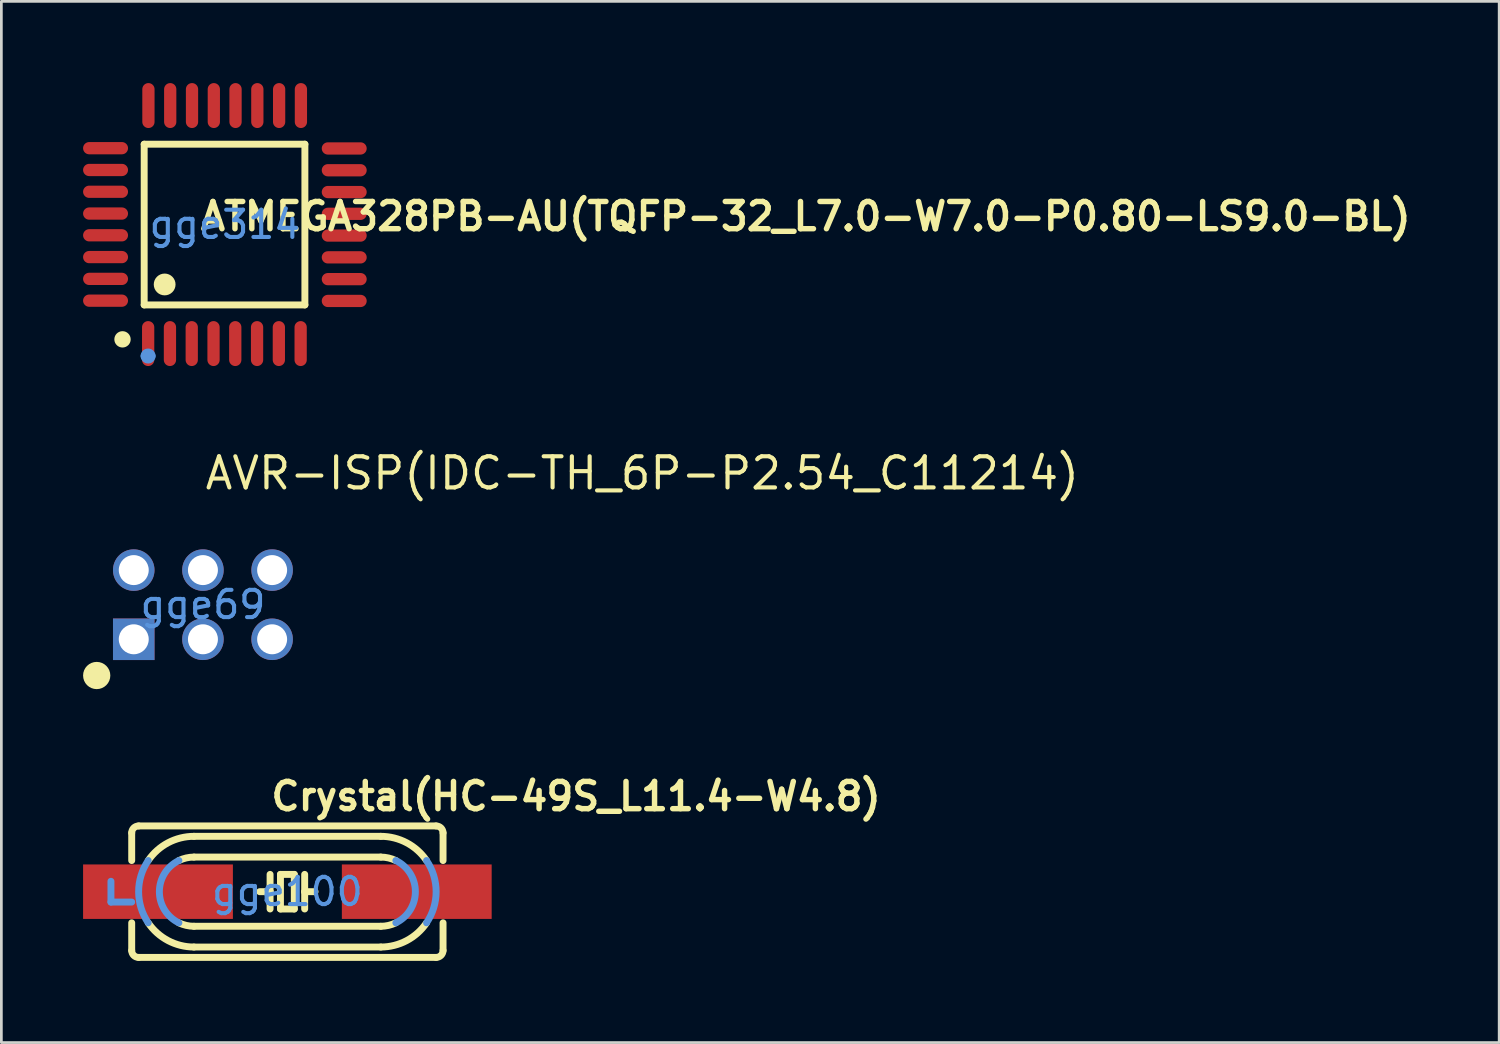
<source format=kicad_pcb>
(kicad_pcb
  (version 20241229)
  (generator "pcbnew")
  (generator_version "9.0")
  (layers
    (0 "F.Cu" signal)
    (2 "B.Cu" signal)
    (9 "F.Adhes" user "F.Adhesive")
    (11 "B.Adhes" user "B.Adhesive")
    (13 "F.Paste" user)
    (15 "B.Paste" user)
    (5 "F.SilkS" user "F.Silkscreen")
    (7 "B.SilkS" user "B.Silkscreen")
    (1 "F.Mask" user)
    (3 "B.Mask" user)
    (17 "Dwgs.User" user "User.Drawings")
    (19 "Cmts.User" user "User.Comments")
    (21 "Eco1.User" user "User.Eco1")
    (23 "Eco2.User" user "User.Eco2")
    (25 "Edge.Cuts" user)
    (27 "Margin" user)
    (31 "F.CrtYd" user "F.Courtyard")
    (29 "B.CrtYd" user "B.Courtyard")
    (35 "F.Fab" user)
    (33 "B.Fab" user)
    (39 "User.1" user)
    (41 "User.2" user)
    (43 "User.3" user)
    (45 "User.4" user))
  (footprint "AVR-ISP(IDC-TH_6P-P2.54_C11214)"
    (layer "F.Cu")
    (at 4.4 19.149)
    (property "Reference" "AVR-ISP(IDC-TH_6P-P2.54_C11214)" (at 0 -4.826 0) (layer "F.SilkS") (effects (font (size 1.143 1.143) (thickness 0.152)) (justify left)))
    (attr through_hole)
    (fp_circle (center -3.9 2.6) (end -3.65 2.6) (stroke (width 0.5) (type solid)) (fill no) (layer "F.SilkS"))
    (fp_text user "gge69" (at 0 0 0) (layer "Cmts.User") (effects (font (size 1 1) (thickness 0.15))))
    (pad "1" thru_hole rect (at -2.54 1.27) (size 1.524 1.524) (drill 1.1) (layers "*.Cu" "*.Paste" "*.Mask"))
    (pad "2" thru_hole circle (at -2.54 -1.27) (size 1.524 1.524) (drill 1.1) (layers "*.Cu" "*.Paste" "*.Mask"))
    (pad "3" thru_hole circle (at 0 1.27) (size 1.524 1.524) (drill 1.1) (layers "*.Cu" "*.Paste" "*.Mask"))
    (pad "4" thru_hole circle (at 0 -1.27) (size 1.524 1.524) (drill 1.1) (layers "*.Cu" "*.Paste" "*.Mask"))
    (pad "5" thru_hole circle (at 2.54 1.27) (size 1.524 1.524) (drill 1.1) (layers "*.Cu" "*.Paste" "*.Mask"))
    (pad "6" thru_hole circle (at 2.54 -1.27) (size 1.524 1.524) (drill 1.1) (layers "*.Cu" "*.Paste" "*.Mask")))
  (footprint "ATMEGA328PB-AU(TQFP-32_L7.0-W7.0-P0.80-LS9.0-BL)"
    (layer "F.Cu")
    (at 5.206 5.194)
    (property "Reference" "ATMEGA328PB-AU(TQFP-32_L7.0-W7.0-P0.80-LS9.0-BL)" (at -1 -0.3 0) (layer "F.SilkS") (effects (font (size 1 1) (thickness 0.2)) (justify left)))
    (attr smd)
    (fp_line (start -2.963 -2.95) (end -2.963 2.95) (stroke (width 0.254) (type solid)) (layer "F.SilkS"))
    (fp_line (start -2.963 2.95) (end 2.937 2.95) (stroke (width 0.254) (type solid)) (layer "F.SilkS"))
    (fp_line (start 2.937 -2.95) (end -2.963 -2.95) (stroke (width 0.254) (type solid)) (layer "F.SilkS"))
    (fp_line (start 2.937 2.95) (end 2.937 -2.95) (stroke (width 0.254) (type solid)) (layer "F.SilkS"))
    (fp_arc (start -3.757 4.064) (mid -3.75773 4.364003) (end -3.759539 4.064005) (stroke (width 0.3) (type solid)) (layer "F.SilkS"))
    (fp_arc (start -2.21 1.999) (mid -2.210729 2.399002) (end -2.212541 1.999003) (stroke (width 0.4) (type solid)) (layer "F.SilkS"))
    (fp_arc (start -2.967 4.826) (mid -2.819 4.678) (end -2.671 4.826) (stroke (width 0.254) (type solid)) (layer "Cmts.User"))
    (fp_arc (start -2.671 4.826) (mid -2.819 4.974) (end -2.967 4.826) (stroke (width 0.254) (type solid)) (layer "Cmts.User"))
    (fp_circle (center -2.819 4.826) (end -2.692 4.826) (stroke (width 0.254) (type solid)) (fill no) (layer "Cmts.User"))
    (fp_text user "gge314" (at 0 0 0) (layer "Cmts.User") (effects (font (size 1 1) (thickness 0.15))))
    (pad "1" smd oval (at -2.817 4.369) (size 0.45 1.65) (layers "F.Cu" "F.Mask" "F.Paste"))
    (pad "2" smd oval (at -2.017 4.369) (size 0.45 1.65) (layers "F.Cu" "F.Mask" "F.Paste"))
    (pad "3" smd oval (at -1.217 4.369) (size 0.45 1.65) (layers "F.Cu" "F.Mask" "F.Paste"))
    (pad "4" smd oval (at -0.417 4.369) (size 0.45 1.65) (layers "F.Cu" "F.Mask" "F.Paste"))
    (pad "5" smd oval (at 0.381 4.369) (size 0.45 1.65) (layers "F.Cu" "F.Mask" "F.Paste"))
    (pad "6" smd oval (at 1.181 4.369) (size 0.45 1.65) (layers "F.Cu" "F.Mask" "F.Paste"))
    (pad "7" smd oval (at 1.981 4.369) (size 0.45 1.65) (layers "F.Cu" "F.Mask" "F.Paste"))
    (pad "8" smd oval (at 2.781 4.369) (size 0.45 1.65) (layers "F.Cu" "F.Mask" "F.Paste"))
    (pad "9" smd oval (at 4.381 2.804) (size 1.65 0.45) (layers "F.Cu" "F.Mask" "F.Paste"))
    (pad "10" smd oval (at 4.381 2.004) (size 1.65 0.45) (layers "F.Cu" "F.Mask" "F.Paste"))
    (pad "11" smd oval (at 4.381 1.204) (size 1.65 0.45) (layers "F.Cu" "F.Mask" "F.Paste"))
    (pad "12" smd oval (at 4.381 0.404) (size 1.65 0.45) (layers "F.Cu" "F.Mask" "F.Paste"))
    (pad "13" smd oval (at 4.381 -0.394) (size 1.65 0.45) (layers "F.Cu" "F.Mask" "F.Paste"))
    (pad "14" smd oval (at 4.381 -1.194) (size 1.65 0.45) (layers "F.Cu" "F.Mask" "F.Paste"))
    (pad "15" smd oval (at 4.381 -1.994) (size 1.65 0.45) (layers "F.Cu" "F.Mask" "F.Paste"))
    (pad "16" smd oval (at 4.381 -2.794) (size 1.65 0.45) (layers "F.Cu" "F.Mask" "F.Paste"))
    (pad "17" smd oval (at 2.791 -4.369) (size 0.45 1.65) (layers "F.Cu" "F.Mask" "F.Paste"))
    (pad "18" smd oval (at 1.991 -4.369) (size 0.45 1.65) (layers "F.Cu" "F.Mask" "F.Paste"))
    (pad "19" smd oval (at 1.191 -4.369) (size 0.45 1.65) (layers "F.Cu" "F.Mask" "F.Paste"))
    (pad "20" smd oval (at 0.391 -4.369) (size 0.45 1.65) (layers "F.Cu" "F.Mask" "F.Paste"))
    (pad "21" smd oval (at -0.406 -4.369) (size 0.45 1.65) (layers "F.Cu" "F.Mask" "F.Paste"))
    (pad "22" smd oval (at -1.207 -4.369) (size 0.45 1.65) (layers "F.Cu" "F.Mask" "F.Paste"))
    (pad "23" smd oval (at -2.007 -4.369) (size 0.45 1.65) (layers "F.Cu" "F.Mask" "F.Paste"))
    (pad "24" smd oval (at -2.807 -4.369) (size 0.45 1.65) (layers "F.Cu" "F.Mask" "F.Paste"))
    (pad "25" smd oval (at -4.381 -2.804) (size 1.65 0.45) (layers "F.Cu" "F.Mask" "F.Paste"))
    (pad "26" smd oval (at -4.381 -2.004) (size 1.65 0.45) (layers "F.Cu" "F.Mask" "F.Paste"))
    (pad "27" smd oval (at -4.381 -1.204) (size 1.65 0.45) (layers "F.Cu" "F.Mask" "F.Paste"))
    (pad "28" smd oval (at -4.381 -0.404) (size 1.65 0.45) (layers "F.Cu" "F.Mask" "F.Paste"))
    (pad "29" smd oval (at -4.381 0.394) (size 1.65 0.45) (layers "F.Cu" "F.Mask" "F.Paste"))
    (pad "30" smd oval (at -4.381 1.194) (size 1.65 0.45) (layers "F.Cu" "F.Mask" "F.Paste"))
    (pad "31" smd oval (at -4.381 1.994) (size 1.65 0.45) (layers "F.Cu" "F.Mask" "F.Paste"))
    (pad "32" smd oval (at -4.381 2.794) (size 1.65 0.45) (layers "F.Cu" "F.Mask" "F.Paste")))
  (footprint "Crystal(HC-49S_L11.4-W4.8)"
    (layer "F.Cu")
    (at 7.5 29.685)
    (property "Reference" "Crystal(HC-49S_L11.4-W4.8)" (at -0.7 -3.5 0) (layer "F.SilkS") (effects (font (size 1 1) (thickness 0.2)) (justify left)))
    (attr smd)
    (fp_line (start -5.715 -2.159) (end -5.715 -1.143) (stroke (width 0.254) (type solid)) (layer "F.SilkS"))
    (fp_line (start -5.715 1.143) (end -5.715 2.159) (stroke (width 0.254) (type solid)) (layer "F.SilkS"))
    (fp_line (start -5.461 -2.413) (end 5.461 -2.413) (stroke (width 0.254) (type solid)) (layer "F.SilkS"))
    (fp_line (start -5.461 2.413) (end 5.461 2.413) (stroke (width 0.254) (type solid)) (layer "F.SilkS"))
    (fp_line (start -3.429 -2.032) (end 3.429 -2.032) (stroke (width 0.254) (type solid)) (layer "F.SilkS"))
    (fp_line (start -3.429 -1.27) (end 3.429 -1.27) (stroke (width 0.254) (type solid)) (layer "F.SilkS"))
    (fp_line (start -0.635 0) (end -1.016 0) (stroke (width 0.254) (type solid)) (layer "F.SilkS"))
    (fp_line (start -0.635 0) (end -0.635 -0.635) (stroke (width 0.254) (type solid)) (layer "F.SilkS"))
    (fp_line (start -0.635 0.635) (end -0.635 0) (stroke (width 0.254) (type solid)) (layer "F.SilkS"))
    (fp_line (start -0.254 -0.635) (end -0.254 0.635) (stroke (width 0.254) (type solid)) (layer "F.SilkS"))
    (fp_line (start -0.254 0.635) (end 0.254 0.635) (stroke (width 0.254) (type solid)) (layer "F.SilkS"))
    (fp_line (start 0.254 -0.635) (end -0.254 -0.635) (stroke (width 0.254) (type solid)) (layer "F.SilkS"))
    (fp_line (start 0.254 0.635) (end 0.254 -0.635) (stroke (width 0.254) (type solid)) (layer "F.SilkS"))
    (fp_line (start 0.635 0) (end 0.635 -0.635) (stroke (width 0.254) (type solid)) (layer "F.SilkS"))
    (fp_line (start 0.635 0) (end 1.016 0) (stroke (width 0.254) (type solid)) (layer "F.SilkS"))
    (fp_line (start 0.635 0.635) (end 0.635 0) (stroke (width 0.254) (type solid)) (layer "F.SilkS"))
    (fp_line (start 3.429 1.27) (end -3.429 1.27) (stroke (width 0.254) (type solid)) (layer "F.SilkS"))
    (fp_line (start 3.429 2.032) (end -3.429 2.032) (stroke (width 0.254) (type solid)) (layer "F.SilkS"))
    (fp_line (start 5.715 -2.159) (end 5.715 -1.143) (stroke (width 0.254) (type solid)) (layer "F.SilkS"))
    (fp_line (start 5.715 1.143) (end 5.715 2.159) (stroke (width 0.254) (type solid)) (layer "F.SilkS"))
    (fp_arc (start -5.715 -2.159) (mid -5.640605 -2.338605) (end -5.461 -2.413) (stroke (width 0.254) (type solid)) (layer "F.SilkS"))
    (fp_arc (start -5.461 2.413) (mid -5.640605 2.338605) (end -5.715 2.159) (stroke (width 0.254) (type solid)) (layer "F.SilkS"))
    (fp_arc (start -5.109 -1.143) (mid -4.379337 -1.796026) (end -3.428975 -2.031957) (stroke (width 0.254) (type solid)) (layer "F.SilkS"))
    (fp_arc (start -3.983 -1.143) (mid -3.713378 -1.237939) (end -3.429354 -1.270183) (stroke (width 0.254) (type solid)) (layer "F.SilkS"))
    (fp_arc (start -3.429 1.27) (mid -3.712992 1.23784) (end -3.982601 1.14299) (stroke (width 0.254) (type solid)) (layer "F.SilkS"))
    (fp_arc (start -3.429 2.032) (mid -4.379394 1.796044) (end -5.109069 1.142975) (stroke (width 0.254) (type solid)) (layer "F.SilkS"))
    (fp_arc (start 3.429 -2.032) (mid 4.379394 -1.796044) (end 5.109069 -1.142975) (stroke (width 0.254) (type solid)) (layer "F.SilkS"))
    (fp_arc (start 3.429 -1.27) (mid 3.712992 -1.23784) (end 3.982601 -1.14299) (stroke (width 0.254) (type solid)) (layer "F.SilkS"))
    (fp_arc (start 3.983 1.143) (mid 3.713378 1.237939) (end 3.429354 1.270183) (stroke (width 0.254) (type solid)) (layer "F.SilkS"))
    (fp_arc (start 5.109 1.143) (mid 4.37929 1.796051) (end 3.428869 2.031957) (stroke (width 0.254) (type solid)) (layer "F.SilkS"))
    (fp_arc (start 5.461 -2.413) (mid 5.640605 -2.338605) (end 5.715 -2.159) (stroke (width 0.254) (type solid)) (layer "F.SilkS"))
    (fp_arc (start 5.715 2.159) (mid 5.640605 2.338605) (end 5.461 2.413) (stroke (width 0.254) (type solid)) (layer "F.SilkS"))
    (fp_line (start -6.477 -0.381) (end -6.477 0.381) (stroke (width 0.254) (type solid)) (layer "Cmts.User"))
    (fp_line (start -5.715 0.381) (end -6.477 0.381) (stroke (width 0.254) (type solid)) (layer "Cmts.User"))
    (fp_arc (start -5.109 1.143) (mid -5.460957 0.000025) (end -5.109028 -1.142959) (stroke (width 0.254) (type solid)) (layer "Cmts.User"))
    (fp_arc (start -3.983 1.143) (mid -4.699183 -0.000376) (end -3.982323 -1.143328) (stroke (width 0.254) (type solid)) (layer "Cmts.User"))
    (fp_arc (start 3.983 -1.143) (mid 4.699183 0.000376) (end 3.982323 1.143328) (stroke (width 0.254) (type solid)) (layer "Cmts.User"))
    (fp_arc (start 5.109 -1.143) (mid 5.460957 -0.000025) (end 5.109028 1.142959) (stroke (width 0.254) (type solid)) (layer "Cmts.User"))
    (fp_text user "gge100" (at 0 0 0) (layer "Cmts.User") (effects (font (size 1 1) (thickness 0.15))))
    (pad "1" smd rect (at -4.75 0 180) (size 5.5 2) (layers "F.Cu" "F.Mask" "F.Paste"))
    (pad "2" smd rect (at 4.75 0 180) (size 5.5 2) (layers "F.Cu" "F.Mask" "F.Paste")))
  (gr_rect
    (start -3 -3)
    (end 51.987 35.225)
    (stroke (width 0.1) (type default))
    (fill no)
    (layer "Edge.Cuts")))
</source>
